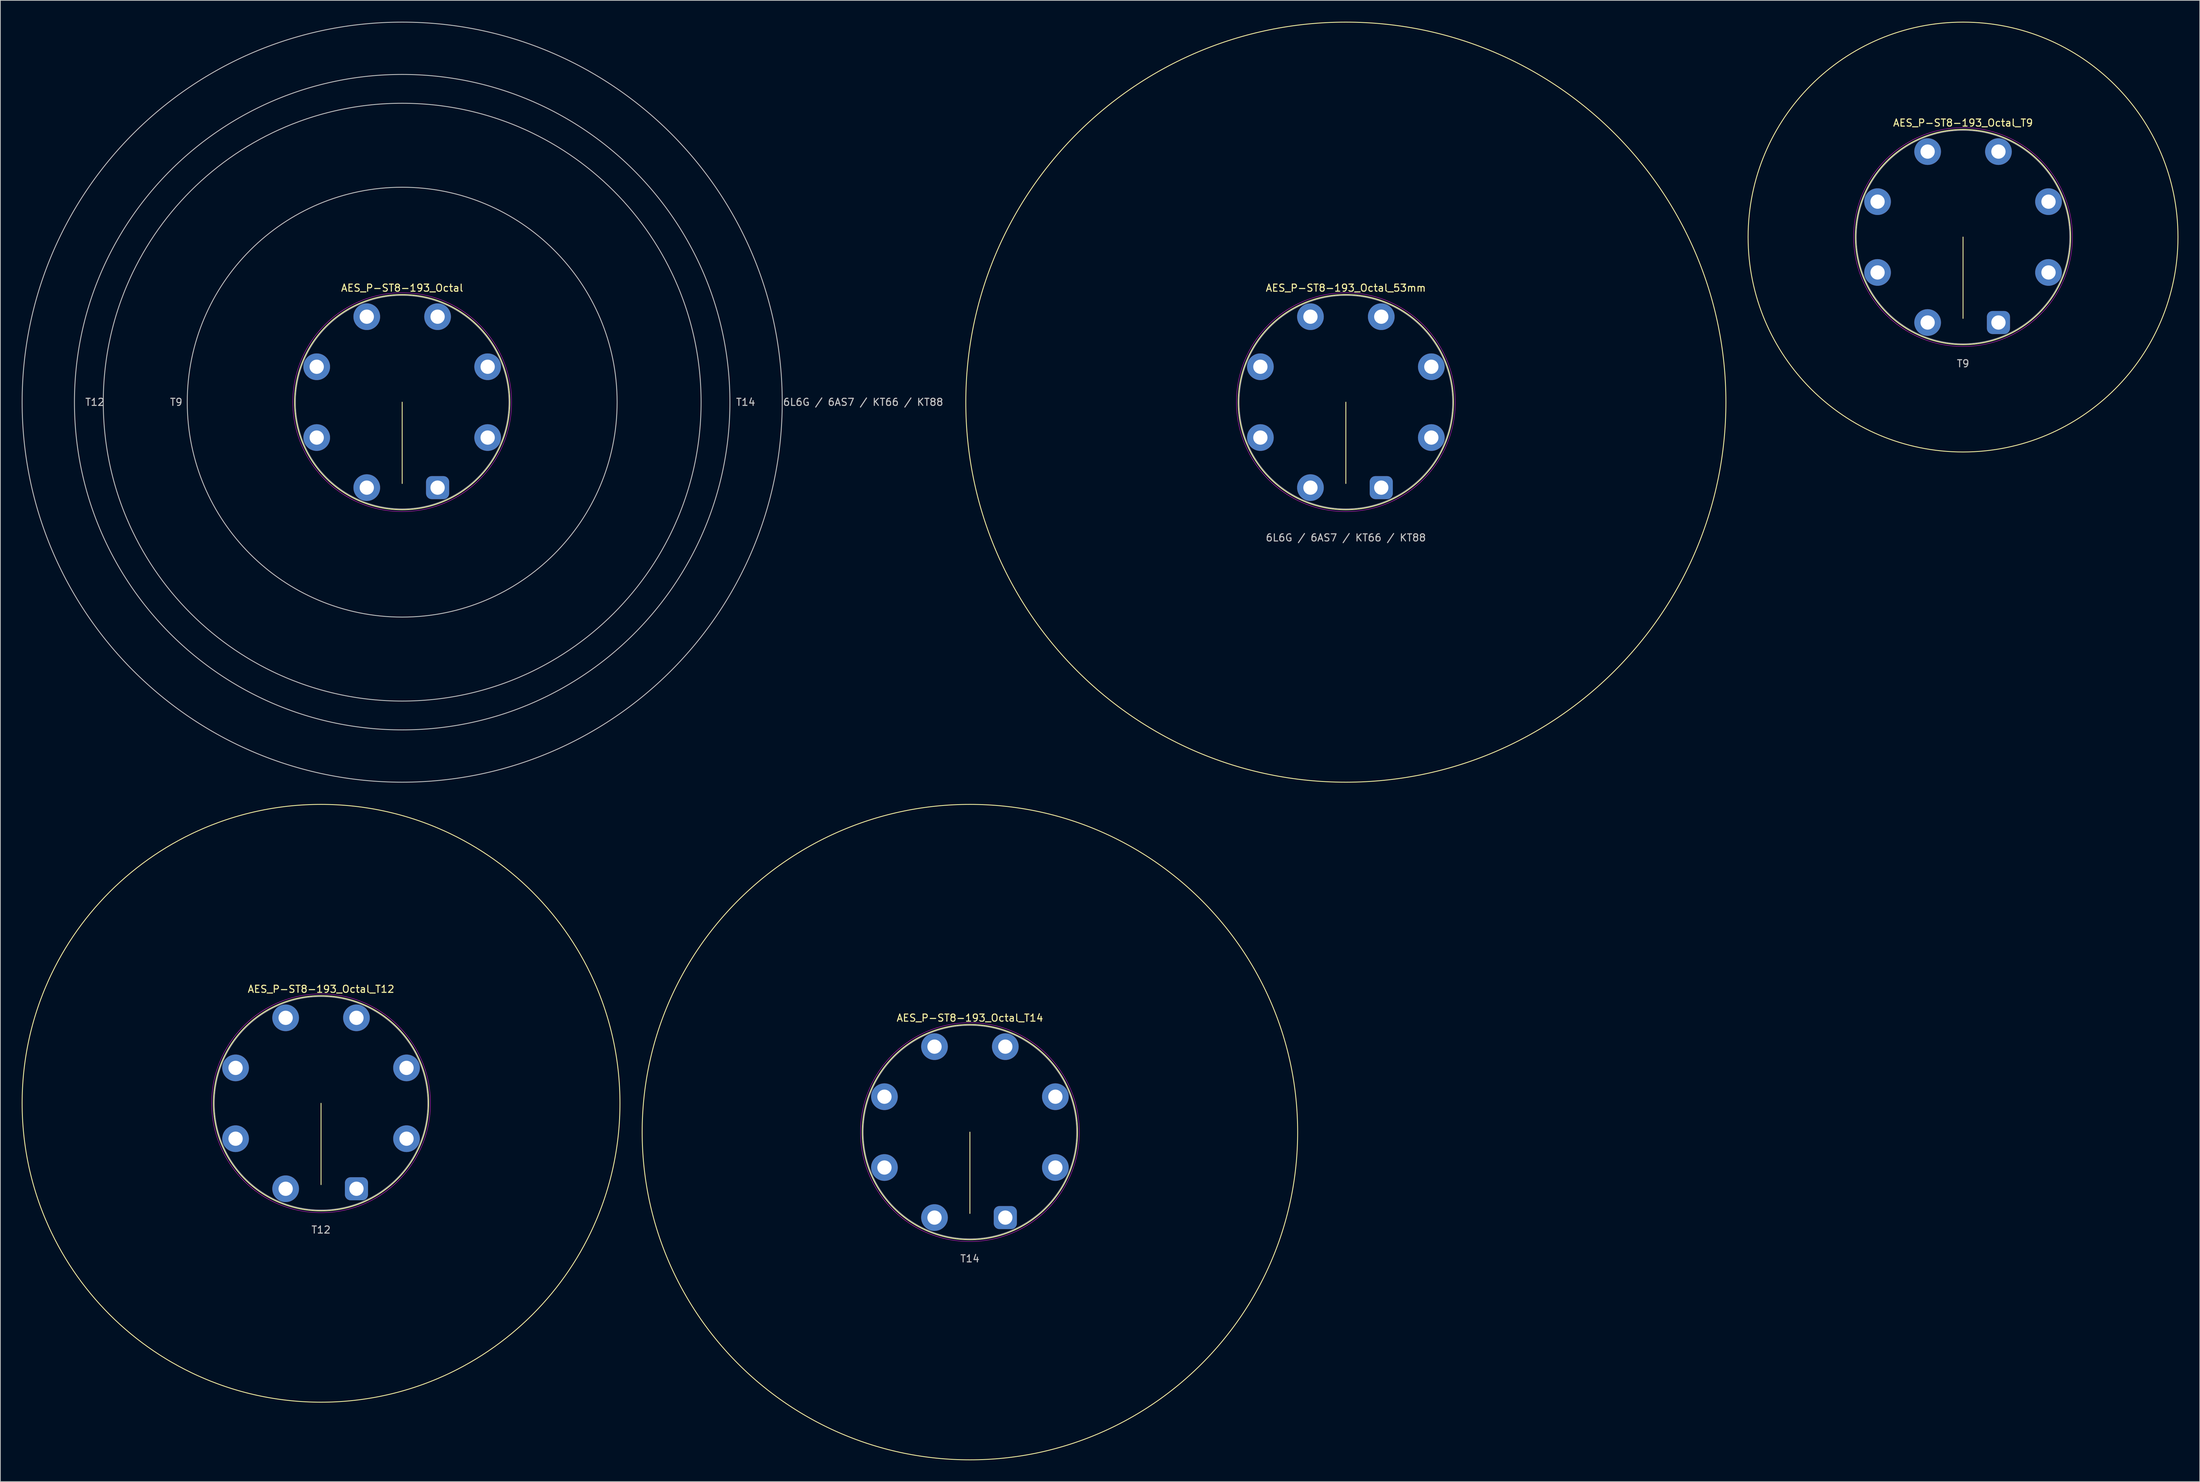
<source format=kicad_pcb>
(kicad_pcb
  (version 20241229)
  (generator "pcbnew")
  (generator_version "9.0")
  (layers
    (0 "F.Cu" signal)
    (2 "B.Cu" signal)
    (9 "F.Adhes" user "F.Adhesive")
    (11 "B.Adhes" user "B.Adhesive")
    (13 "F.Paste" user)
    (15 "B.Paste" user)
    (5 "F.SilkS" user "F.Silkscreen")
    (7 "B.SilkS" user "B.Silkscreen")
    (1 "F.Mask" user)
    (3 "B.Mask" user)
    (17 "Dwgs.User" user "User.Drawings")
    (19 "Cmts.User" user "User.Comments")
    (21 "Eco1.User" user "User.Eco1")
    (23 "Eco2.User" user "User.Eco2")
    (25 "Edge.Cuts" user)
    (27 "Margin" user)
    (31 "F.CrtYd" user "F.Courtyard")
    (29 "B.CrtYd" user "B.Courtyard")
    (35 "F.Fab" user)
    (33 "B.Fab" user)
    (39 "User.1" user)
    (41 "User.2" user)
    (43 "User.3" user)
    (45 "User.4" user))
  (footprint "AES_P-ST8-193_Octal_T12"
    (layer "F.Cu")
    (at 42.06 151.98)
    (property "Reference" "AES_P-ST8-193_Octal_T12" (at 0 -16.045 0) (layer "F.SilkS") (effects (font (size 1 1) (thickness 0.15))))
    (attr through_hole)
    (fp_line (start 0 0) (end 0 11.43) (stroke (width 0.12) (type solid)) (layer "F.SilkS"))
    (fp_circle (center 0 0) (end 0 15.12) (stroke (width 0.12) (type solid)) (fill no) (layer "F.SilkS"))
    (fp_circle (center 0 0) (end 42 0) (stroke (width 0.12) (type solid)) (fill no) (layer "F.SilkS"))
    (fp_circle (center 0 0) (end 0 15.37) (stroke (width 0.05) (type solid)) (fill no) (layer "F.CrtYd"))
    (fp_circle (center 0 0) (end 0 15) (stroke (width 0.1) (type solid)) (fill no) (layer "F.Fab"))
    (fp_text user "T12" (at 0 17.78 0) (layer "Dwgs.User") (effects (font (size 1 1) (thickness 0.15))))
    (pad "1" thru_hole roundrect (at 4.975 12.01) (size 3.25 3.24) (drill 2) (layers "*.Cu" "*.Mask") (roundrect_rratio 0.25))
    (pad "2" thru_hole oval (at 12.01 4.975) (size 3.75 3.75) (drill 2) (layers "*.Cu" "*.Mask"))
    (pad "3" thru_hole oval (at 12.01 -4.975) (size 3.75 3.75) (drill 2) (layers "*.Cu" "*.Mask"))
    (pad "4" thru_hole oval (at 4.975 -12.01) (size 3.75 3.75) (drill 2) (layers "*.Cu" "*.Mask"))
    (pad "5" thru_hole oval (at -4.975 -12.01) (size 3.75 3.75) (drill 2) (layers "*.Cu" "*.Mask"))
    (pad "6" thru_hole oval (at -12.01 -4.975) (size 3.75 3.75) (drill 2) (layers "*.Cu" "*.Mask"))
    (pad "7" thru_hole oval (at -12.01 4.975) (size 3.75 3.75) (drill 2) (layers "*.Cu" "*.Mask"))
    (pad "8" thru_hole oval (at -4.975 12.01) (size 3.75 3.75) (drill 2) (layers "*.Cu" "*.Mask")))
  (footprint "AES_P-ST8-193_Octal"
    (layer "F.Cu")
    (at 53.46 53.46)
    (property "Reference" "AES_P-ST8-193_Octal" (at 0 -16.045 0) (layer "F.SilkS") (effects (font (size 1 1) (thickness 0.15))))
    (attr through_hole)
    (fp_line (start 0 0) (end 0 11.43) (stroke (width 0.12) (type solid)) (layer "F.SilkS"))
    (fp_circle (center 0 0) (end 0 15.12) (stroke (width 0.12) (type solid)) (fill no) (layer "F.SilkS"))
    (fp_circle (center 0 0) (end 30.2 0) (stroke (width 0.12) (type solid)) (fill no) (layer "Dwgs.User"))
    (fp_circle (center 0 0) (end 42 0) (stroke (width 0.12) (type solid)) (fill no) (layer "Dwgs.User"))
    (fp_circle (center 0 0) (end 46.05 0) (stroke (width 0.12) (type solid)) (fill no) (layer "Dwgs.User"))
    (fp_circle (center 0 0) (end 53.4 0) (stroke (width 0.12) (type solid)) (fill no) (layer "Dwgs.User"))
    (fp_circle (center 0 0) (end 0 15.37) (stroke (width 0.05) (type solid)) (fill no) (layer "F.CrtYd"))
    (fp_circle (center 0 0) (end 0 15) (stroke (width 0.1) (type solid)) (fill no) (layer "F.Fab"))
    (fp_text user "T9" (at -31.75 0 0) (layer "Dwgs.User") (effects (font (size 1 1) (thickness 0.15))))
    (fp_text user "T12" (at -43.18 0 0) (layer "Dwgs.User") (effects (font (size 1 1) (thickness 0.15))))
    (fp_text user "6L6G / 6AS7 / KT66 / KT88" (at 64.77 0 0) (layer "Dwgs.User") (effects (font (size 1 1) (thickness 0.15))))
    (fp_text user "T14" (at 48.26 0 0) (layer "Dwgs.User") (effects (font (size 1 1) (thickness 0.15))))
    (pad "1" thru_hole roundrect (at 4.975 12.01) (size 3.25 3.24) (drill 2) (layers "*.Cu" "*.Mask") (roundrect_rratio 0.25))
    (pad "2" thru_hole oval (at 12.01 4.975) (size 3.75 3.75) (drill 2) (layers "*.Cu" "*.Mask"))
    (pad "3" thru_hole oval (at 12.01 -4.975) (size 3.75 3.75) (drill 2) (layers "*.Cu" "*.Mask"))
    (pad "4" thru_hole oval (at 4.975 -12.01) (size 3.75 3.75) (drill 2) (layers "*.Cu" "*.Mask"))
    (pad "5" thru_hole oval (at -4.975 -12.01) (size 3.75 3.75) (drill 2) (layers "*.Cu" "*.Mask"))
    (pad "6" thru_hole oval (at -12.01 -4.975) (size 3.75 3.75) (drill 2) (layers "*.Cu" "*.Mask"))
    (pad "7" thru_hole oval (at -12.01 4.975) (size 3.75 3.75) (drill 2) (layers "*.Cu" "*.Mask"))
    (pad "8" thru_hole oval (at -4.975 12.01) (size 3.75 3.75) (drill 2) (layers "*.Cu" "*.Mask")))
  (footprint "AES_P-ST8-193_Octal_T14"
    (layer "F.Cu")
    (at 133.23 156.03)
    (property "Reference" "AES_P-ST8-193_Octal_T14" (at 0 -16.045 0) (layer "F.SilkS") (effects (font (size 1 1) (thickness 0.15))))
    (attr through_hole)
    (fp_line (start 0 0) (end 0 11.43) (stroke (width 0.12) (type solid)) (layer "F.SilkS"))
    (fp_circle (center 0 0) (end 0 15.12) (stroke (width 0.12) (type solid)) (fill no) (layer "F.SilkS"))
    (fp_circle (center 0 0) (end 46.05 0) (stroke (width 0.12) (type solid)) (fill no) (layer "F.SilkS"))
    (fp_circle (center 0 0) (end 0 15.37) (stroke (width 0.05) (type solid)) (fill no) (layer "F.CrtYd"))
    (fp_circle (center 0 0) (end 0 15) (stroke (width 0.1) (type solid)) (fill no) (layer "F.Fab"))
    (fp_text user "T14" (at 0 17.78 0) (layer "Dwgs.User") (effects (font (size 1 1) (thickness 0.15))))
    (pad "1" thru_hole roundrect (at 4.975 12.01) (size 3.25 3.24) (drill 2) (layers "*.Cu" "*.Mask") (roundrect_rratio 0.25))
    (pad "2" thru_hole oval (at 12.01 4.975) (size 3.75 3.75) (drill 2) (layers "*.Cu" "*.Mask"))
    (pad "3" thru_hole oval (at 12.01 -4.975) (size 3.75 3.75) (drill 2) (layers "*.Cu" "*.Mask"))
    (pad "4" thru_hole oval (at 4.975 -12.01) (size 3.75 3.75) (drill 2) (layers "*.Cu" "*.Mask"))
    (pad "5" thru_hole oval (at -4.975 -12.01) (size 3.75 3.75) (drill 2) (layers "*.Cu" "*.Mask"))
    (pad "6" thru_hole oval (at -12.01 -4.975) (size 3.75 3.75) (drill 2) (layers "*.Cu" "*.Mask"))
    (pad "7" thru_hole oval (at -12.01 4.975) (size 3.75 3.75) (drill 2) (layers "*.Cu" "*.Mask"))
    (pad "8" thru_hole oval (at -4.975 12.01) (size 3.75 3.75) (drill 2) (layers "*.Cu" "*.Mask")))
  (footprint "AES_P-ST8-193_Octal_53mm"
    (layer "F.Cu")
    (at 186.053 53.46)
    (property "Reference" "AES_P-ST8-193_Octal_53mm" (at 0 -16.045 0) (layer "F.SilkS") (effects (font (size 1 1) (thickness 0.15))))
    (attr through_hole)
    (fp_line (start 0 0) (end 0 11.43) (stroke (width 0.12) (type solid)) (layer "F.SilkS"))
    (fp_circle (center 0 0) (end 0 15.12) (stroke (width 0.12) (type solid)) (fill no) (layer "F.SilkS"))
    (fp_circle (center 0 0) (end 53.4 0) (stroke (width 0.12) (type solid)) (fill no) (layer "F.SilkS"))
    (fp_circle (center 0 0) (end 0 15.37) (stroke (width 0.05) (type solid)) (fill no) (layer "F.CrtYd"))
    (fp_circle (center 0 0) (end 0 15) (stroke (width 0.1) (type solid)) (fill no) (layer "F.Fab"))
    (fp_text user "6L6G / 6AS7 / KT66 / KT88" (at 0 19.05 0) (layer "Dwgs.User") (effects (font (size 1 1) (thickness 0.15))))
    (pad "1" thru_hole roundrect (at 4.975 12.01) (size 3.25 3.24) (drill 2) (layers "*.Cu" "*.Mask") (roundrect_rratio 0.25))
    (pad "2" thru_hole oval (at 12.01 4.975) (size 3.75 3.75) (drill 2) (layers "*.Cu" "*.Mask"))
    (pad "3" thru_hole oval (at 12.01 -4.975) (size 3.75 3.75) (drill 2) (layers "*.Cu" "*.Mask"))
    (pad "4" thru_hole oval (at 4.975 -12.01) (size 3.75 3.75) (drill 2) (layers "*.Cu" "*.Mask"))
    (pad "5" thru_hole oval (at -4.975 -12.01) (size 3.75 3.75) (drill 2) (layers "*.Cu" "*.Mask"))
    (pad "6" thru_hole oval (at -12.01 -4.975) (size 3.75 3.75) (drill 2) (layers "*.Cu" "*.Mask"))
    (pad "7" thru_hole oval (at -12.01 4.975) (size 3.75 3.75) (drill 2) (layers "*.Cu" "*.Mask"))
    (pad "8" thru_hole oval (at -4.975 12.01) (size 3.75 3.75) (drill 2) (layers "*.Cu" "*.Mask")))
  (footprint "AES_P-ST8-193_Octal_T9"
    (layer "F.Cu")
    (at 272.773 30.26)
    (property "Reference" "AES_P-ST8-193_Octal_T9" (at 0 -16.045 0) (layer "F.SilkS") (effects (font (size 1 1) (thickness 0.15))))
    (attr through_hole)
    (fp_line (start 0 0) (end 0 11.43) (stroke (width 0.12) (type solid)) (layer "F.SilkS"))
    (fp_circle (center 0 0) (end 0 15.12) (stroke (width 0.12) (type solid)) (fill no) (layer "F.SilkS"))
    (fp_circle (center 0 0) (end 30.2 0) (stroke (width 0.12) (type solid)) (fill no) (layer "F.SilkS"))
    (fp_circle (center 0 0) (end 0 15.37) (stroke (width 0.05) (type solid)) (fill no) (layer "F.CrtYd"))
    (fp_circle (center 0 0) (end 0 15) (stroke (width 0.1) (type solid)) (fill no) (layer "F.Fab"))
    (fp_text user "T9" (at 0 17.78 0) (layer "Dwgs.User") (effects (font (size 1 1) (thickness 0.15))))
    (pad "1" thru_hole roundrect (at 4.975 12.01) (size 3.25 3.24) (drill 2) (layers "*.Cu" "*.Mask") (roundrect_rratio 0.25))
    (pad "2" thru_hole oval (at 12.01 4.975) (size 3.75 3.75) (drill 2) (layers "*.Cu" "*.Mask"))
    (pad "3" thru_hole oval (at 12.01 -4.975) (size 3.75 3.75) (drill 2) (layers "*.Cu" "*.Mask"))
    (pad "4" thru_hole oval (at 4.975 -12.01) (size 3.75 3.75) (drill 2) (layers "*.Cu" "*.Mask"))
    (pad "5" thru_hole oval (at -4.975 -12.01) (size 3.75 3.75) (drill 2) (layers "*.Cu" "*.Mask"))
    (pad "6" thru_hole oval (at -12.01 -4.975) (size 3.75 3.75) (drill 2) (layers "*.Cu" "*.Mask"))
    (pad "7" thru_hole oval (at -12.01 4.975) (size 3.75 3.75) (drill 2) (layers "*.Cu" "*.Mask"))
    (pad "8" thru_hole oval (at -4.975 12.01) (size 3.75 3.75) (drill 2) (layers "*.Cu" "*.Mask")))
  (gr_rect
    (start -3 -3)
    (end 306.033 205.14)
    (stroke (width 0.1) (type default))
    (fill no)
    (layer "Edge.Cuts")))
</source>
